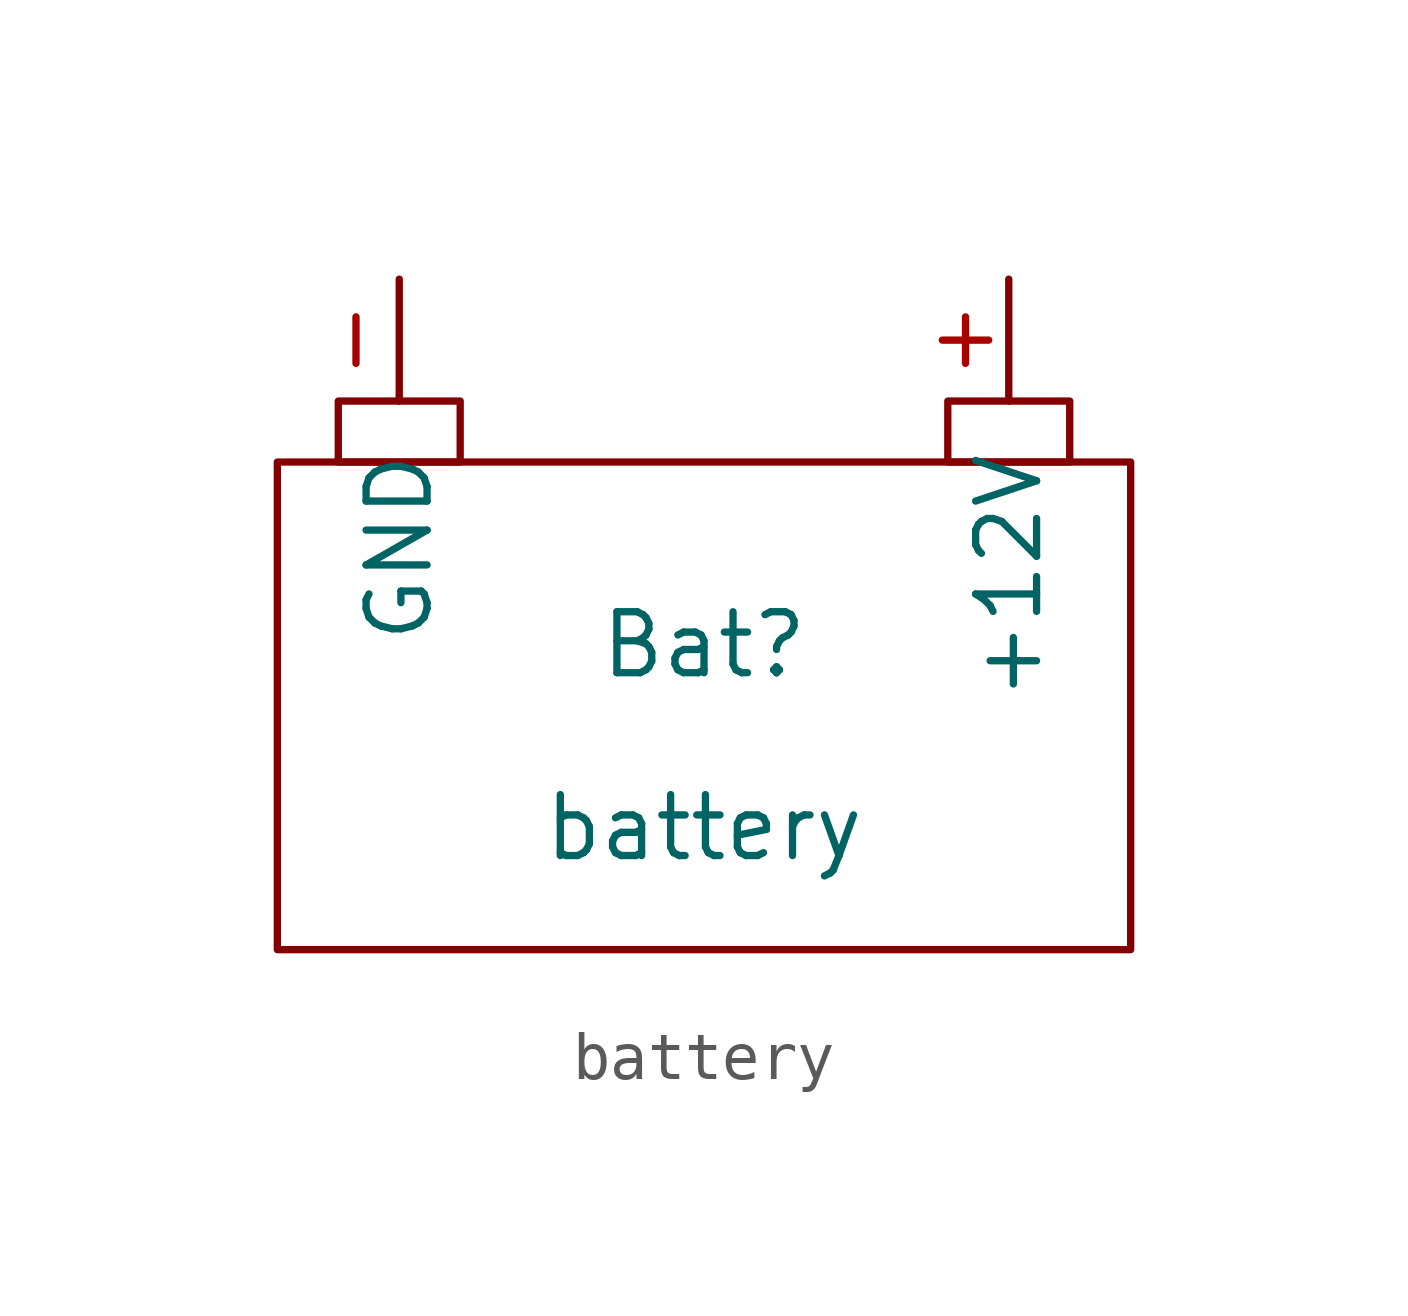
<source format=kicad_sym>
(kicad_symbol_lib
  (version 20211014)
  (generator kicad_symbol_editor)
  (symbol "battery"
    (pin_names
      (offset 1.016))
    (property "Reference" "Bat"
      (at 0 1.27 0)
      (effects (font (size 1.27 1.27))))
    (property "Value" "battery"
      (at 0 -2.54 0)
      (effects (font (size 1.27 1.27))))
    (symbol "battery_0_1"
      (rectangle (start -8.89 5.08) (end 8.89 -5.08) (stroke (width 0) (type default) (color 0 0 0 0)) (fill (type none)))
      (rectangle (start -7.62 6.35) (end -5.08 5.08) (stroke (width 0) (type default) (color 0 0 0 0)) (fill (type none)))
      (rectangle (start 5.08 6.35) (end 7.62 5.08) (stroke (width 0) (type default) (color 0 0 0 0)) (fill (type none))))
    (symbol "battery_1_1"
      (pin power_out line (at 6.35 8.89 270) (length 2.54) (name "+12V" (effects (font (size 1.27 1.27)))) (number "+" (effects (font (size 1.27 1.27)))))
      (pin power_in line (at -6.35 8.89 270) (length 2.54) (name "GND" (effects (font (size 1.27 1.27)))) (number "-" (effects (font (size 1.27 1.27))))))))
</source>
